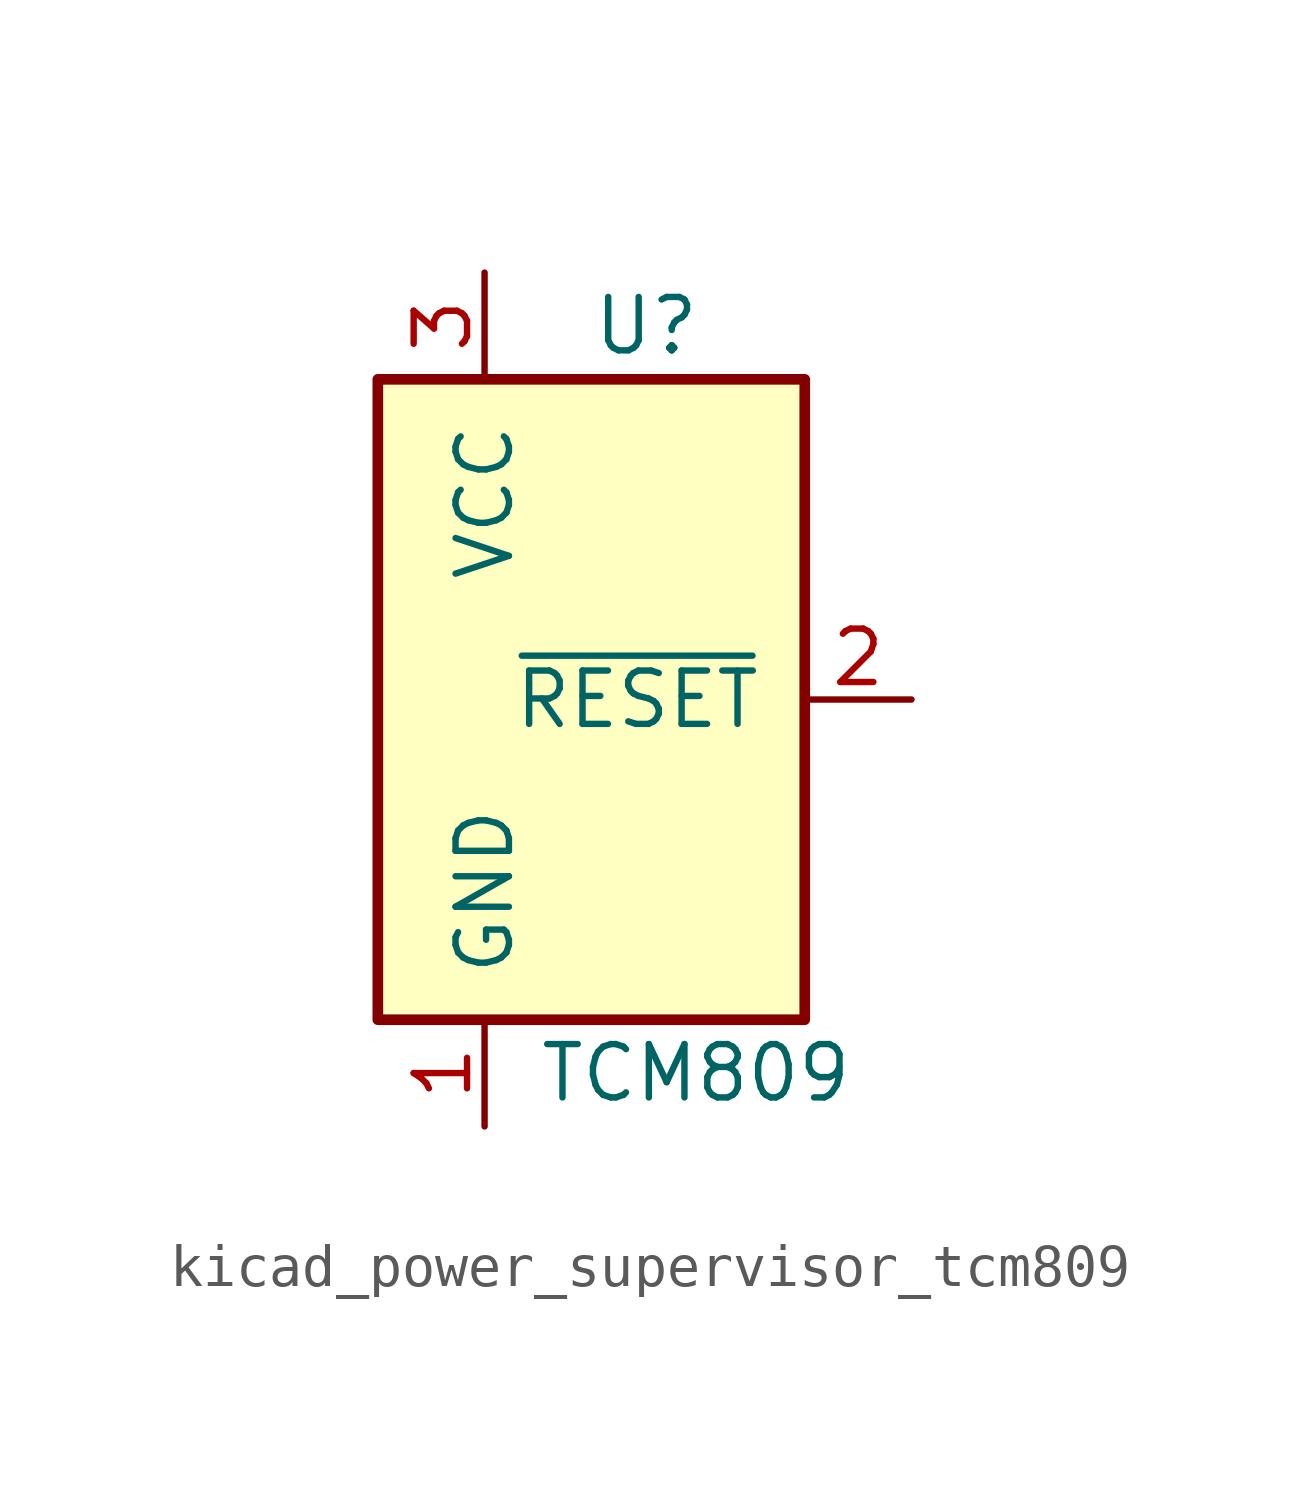
<source format=kicad_sym>
(kicad_symbol_lib
  (version 20220914)
  (generator kicad_symbol_editor)
  (symbol "kicad_power_supervisor_tcm809"
    (pin_names
      (offset 1.016))
    (property "Reference" "U"
      (at 0 8.89 0)
      (effects (font (size 1.27 1.27)) (justify left)))
    (property "Value" "TCM809"
      (at -1.27 -8.89 0)
      (effects (font (size 1.27 1.27)) (justify left)))
    (symbol "kicad_power_supervisor_tcm809_1_1"
      (rectangle (start -5.08 7.62) (end 5.08 -7.62) (stroke (width 0.254) (type default)) (fill (type background)))
      (pin power_in line (at -2.54 -10.16 90) (length 2.54) (name "GND" (effects (font (size 1.27 1.27)))) (number "1" (effects (font (size 1.27 1.27)))))
      (pin output line (at 7.62 0 180) (length 2.54) (name "~{RESET}" (effects (font (size 1.27 1.27)))) (number "2" (effects (font (size 1.27 1.27)))))
      (pin power_in line (at -2.54 10.16 270) (length 2.54) (name "VCC" (effects (font (size 1.27 1.27)))) (number "3" (effects (font (size 1.27 1.27))))))))
</source>
